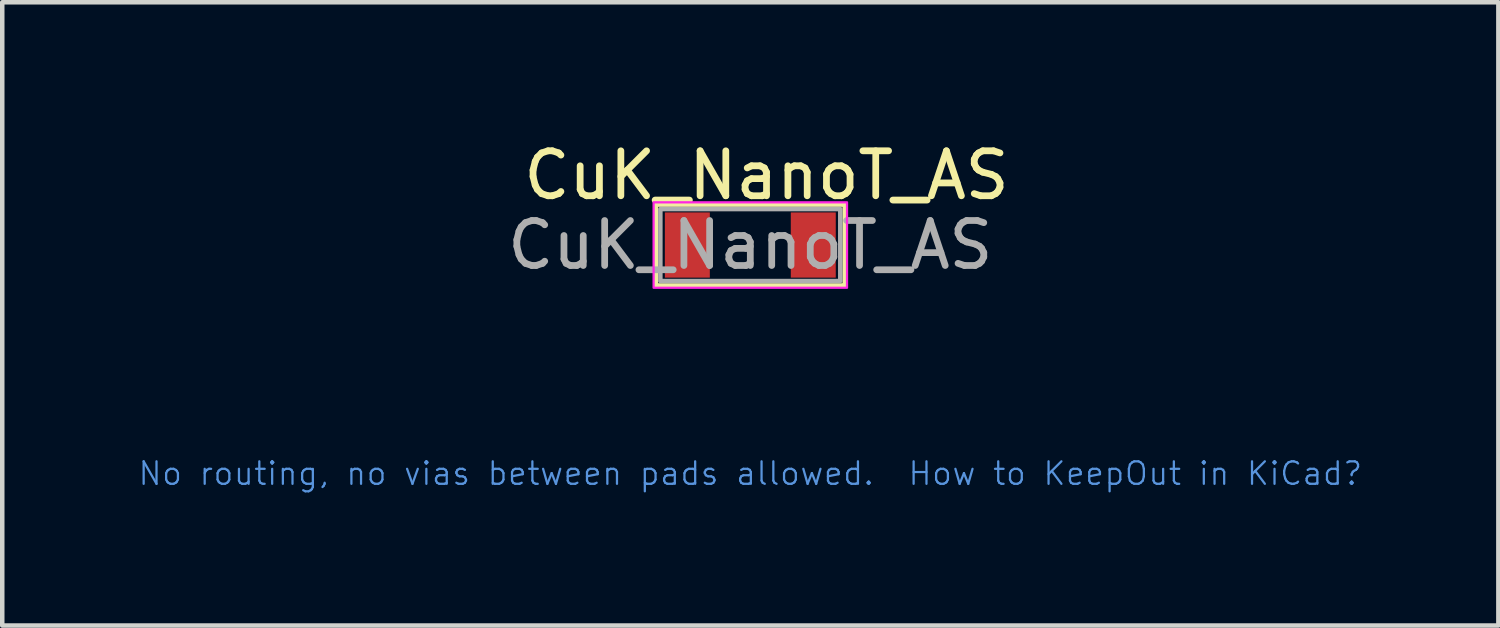
<source format=kicad_pcb>
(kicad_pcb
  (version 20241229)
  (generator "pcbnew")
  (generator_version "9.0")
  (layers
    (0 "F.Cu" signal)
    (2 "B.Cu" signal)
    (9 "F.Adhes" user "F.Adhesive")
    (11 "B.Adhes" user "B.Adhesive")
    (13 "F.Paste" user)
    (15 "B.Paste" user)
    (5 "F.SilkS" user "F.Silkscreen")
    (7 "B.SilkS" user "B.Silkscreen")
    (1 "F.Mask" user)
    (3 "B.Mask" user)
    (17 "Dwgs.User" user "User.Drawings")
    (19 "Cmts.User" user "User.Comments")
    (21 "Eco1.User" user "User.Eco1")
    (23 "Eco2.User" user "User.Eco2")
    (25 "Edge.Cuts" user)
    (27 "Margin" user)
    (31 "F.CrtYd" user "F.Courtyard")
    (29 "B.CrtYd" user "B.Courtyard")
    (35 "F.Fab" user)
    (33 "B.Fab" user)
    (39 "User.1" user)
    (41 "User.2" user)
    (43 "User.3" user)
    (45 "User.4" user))
  (footprint "CuK_NanoT_AS"
    (layer "F.Cu")
    (at 13.632 2.398)
    (property "Reference" "CuK_NanoT_AS" (at 0.36 -1.55 0) (unlocked yes) (layer "F.SilkS") (effects (font (size 1 1) (thickness 0.15))))
    (attr smd)
    (fp_rect (start -2.1 0.9) (end 2.1 -0.9) (stroke (width 0.102) (type solid)) (fill no) (layer "F.SilkS"))
    (fp_rect (start -2.15 0.95) (end 2.15 -0.95) (stroke (width 0.05) (type solid)) (fill no) (layer "F.CrtYd"))
    (fp_rect (start -2 -0.8) (end 2 0.8) (stroke (width 0.1) (type solid)) (fill no) (layer "F.Fab"))
    (fp_text user "No routing, no vias between pads allowed.  How to KeepOut in KiCad?" (at 0 5.08 0) (unlocked yes) (layer "Cmts.User") (effects (font (size 0.5 0.5) (thickness 0.05))))
    (fp_text user "${REFERENCE}" (at 0 0 0) (unlocked yes) (layer "F.Fab") (effects (font (size 1 1) (thickness 0.15))))
    (pad "1" smd rect (at -1.4 0) (size 1 1.45) (layers "F.Cu" "F.Mask" "F.Paste"))
    (pad "2" smd rect (at 1.4 0) (size 1 1.45) (layers "F.Cu" "F.Mask" "F.Paste")))
  (gr_rect
    (start -3 -3)
    (end 30.264 10.858)
    (stroke (width 0.1) (type default))
    (fill no)
    (layer "Edge.Cuts")))
</source>
